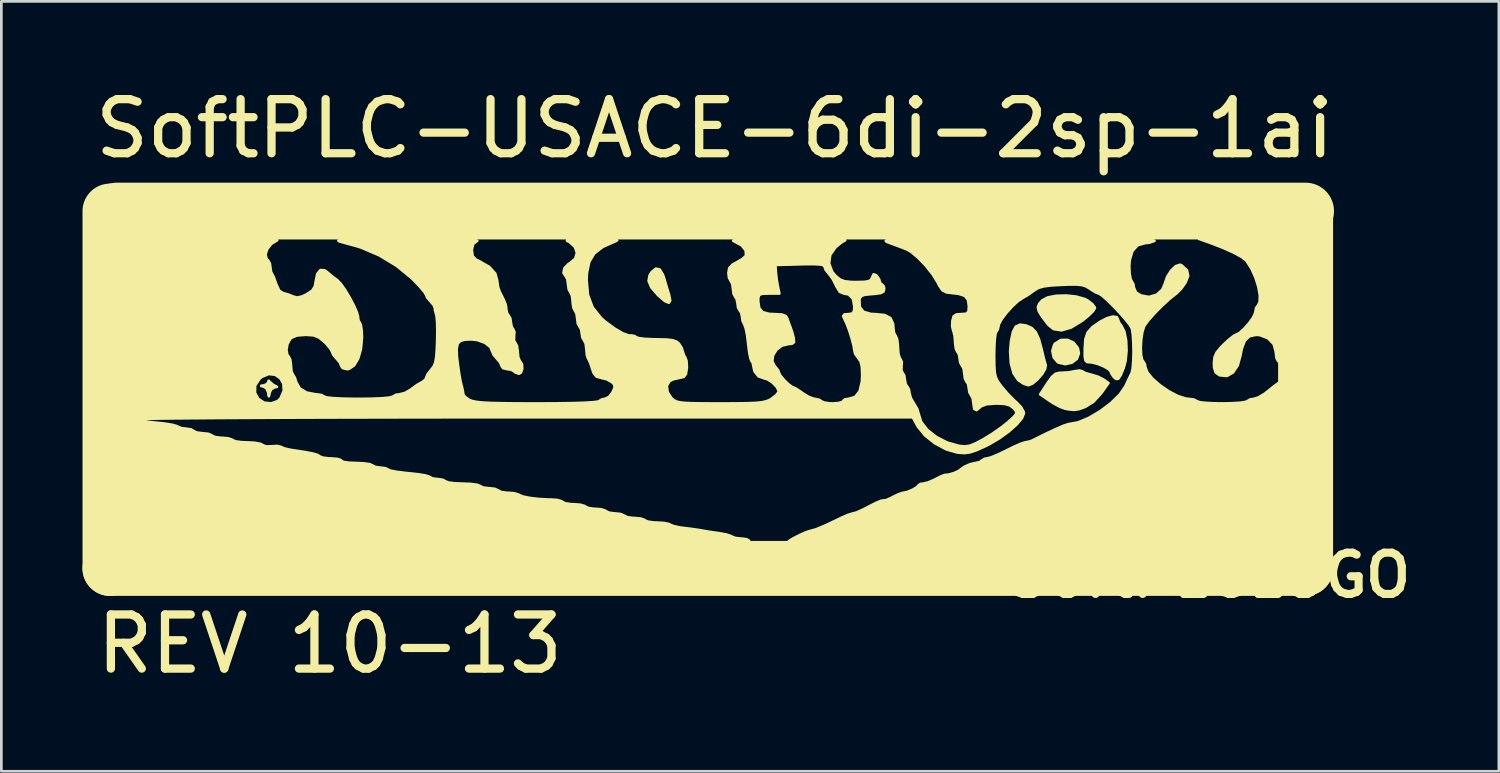
<source format=kicad_pcb>
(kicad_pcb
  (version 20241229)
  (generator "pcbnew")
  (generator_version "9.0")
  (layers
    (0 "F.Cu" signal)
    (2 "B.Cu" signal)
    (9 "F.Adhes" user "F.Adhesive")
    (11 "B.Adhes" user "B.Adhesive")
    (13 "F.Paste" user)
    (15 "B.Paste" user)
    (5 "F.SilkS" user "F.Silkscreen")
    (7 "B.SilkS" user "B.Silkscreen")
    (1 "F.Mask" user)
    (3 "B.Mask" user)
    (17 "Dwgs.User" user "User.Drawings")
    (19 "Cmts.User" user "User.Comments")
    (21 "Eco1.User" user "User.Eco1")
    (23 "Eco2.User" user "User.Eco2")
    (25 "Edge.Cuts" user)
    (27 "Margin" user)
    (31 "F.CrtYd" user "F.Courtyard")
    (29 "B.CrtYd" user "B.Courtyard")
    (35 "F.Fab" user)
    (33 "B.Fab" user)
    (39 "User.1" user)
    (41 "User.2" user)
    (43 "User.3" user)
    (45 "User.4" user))
  (footprint "SoftPLCLOGO"
    (layer "F.Cu")
    (at 23.114 11.357)
    (property "Reference" "SoftPLCLOGO" (at 18.542 6.858 0) (layer "F.SilkS") (effects (font (size 1.524 1.524) (thickness 0.3))))
    (attr through_hole)
    (fp_line (start -22.098 6.604) (end -22.098 -6.604) (stroke (width 2.032) (type solid)) (layer "F.SilkS"))
    (fp_line (start -21.844 -6.604) (end 22.098 -6.604) (stroke (width 2.1) (type solid)) (layer "F.SilkS"))
    (fp_line (start 22.098 -6.604) (end 22.098 6.35) (stroke (width 2.032) (type solid)) (layer "F.SilkS"))
    (fp_line (start 22.098 6.35) (end 22.098 6.604) (stroke (width 2.032) (type solid)) (layer "F.SilkS"))
    (fp_line (start 22.098 6.604) (end -22.098 6.604) (stroke (width 2.032) (type solid)) (layer "F.SilkS"))
    (fp_poly (pts (xy 13.716 -1.349) (xy 13.643 -1.143) (xy 13.458 -1.002) (xy 13.216 -0.948) (xy 12.967 -1.004) (xy 12.942 -1.017) (xy 12.788 -1.194) (xy 12.738 -1.435) (xy 12.804 -1.662) (xy 12.836 -1.703) (xy 13.053 -1.838) (xy 13.299 -1.842) (xy 13.524 -1.736) (xy 13.677 -1.539) (xy 13.716 -1.349)) (stroke (width 0.1) (type solid)) (fill yes) (layer "F.SilkS"))
    (fp_poly (pts (xy -1.391 -3.297) (xy -1.441 -3.217) (xy -1.583 -3.276) (xy -1.817 -3.476) (xy -1.841 -3.5) (xy -2.086 -3.783) (xy -2.187 -4.019) (xy -2.15 -4.233) (xy -2.083 -4.339) (xy -1.923 -4.475) (xy -1.78 -4.445) (xy -1.658 -4.25) (xy -1.617 -4.128) (xy -1.532 -3.836) (xy -1.45 -3.567) (xy -1.435 -3.517) (xy -1.391 -3.297)) (stroke (width 0.1) (type solid)) (fill yes) (layer "F.SilkS"))
    (fp_poly (pts (xy -15.927 -0.106) (xy -16.016 -0.091) (xy -16.017 -0.091) (xy -16.143 -0.014) (xy -16.196 0.106) (xy -16.225 0.24) (xy -16.238 0.21) (xy -16.244 0.112) (xy -16.314 -0.051) (xy -16.404 -0.111) (xy -16.509 -0.143) (xy -16.448 -0.156) (xy -16.404 -0.16) (xy -16.278 -0.218) (xy -16.255 -0.275) (xy -16.23 -0.331) (xy -16.191 -0.288) (xy -16.06 -0.175) (xy -16.002 -0.146) (xy -15.927 -0.106)) (stroke (width 0.1) (type solid)) (fill yes) (layer "F.SilkS"))
    (fp_poly (pts (xy 14.309 -3.019) (xy 14.245 -2.913) (xy 14.078 -2.747) (xy 13.844 -2.555) (xy 13.84 -2.552) (xy 13.43 -2.301) (xy 13.076 -2.198) (xy 12.784 -2.243) (xy 12.594 -2.396) (xy 12.363 -2.695) (xy 12.236 -2.901) (xy 12.202 -3.051) (xy 12.252 -3.178) (xy 12.361 -3.302) (xy 12.567 -3.411) (xy 12.881 -3.471) (xy 13.249 -3.482) (xy 13.617 -3.443) (xy 13.931 -3.355) (xy 14.034 -3.303) (xy 14.212 -3.166) (xy 14.305 -3.04) (xy 14.309 -3.019)) (stroke (width 0.1) (type solid)) (fill yes) (layer "F.SilkS"))
    (fp_poly (pts (xy 12.491 -0.913) (xy 12.469 -0.768) (xy 12.351 -0.574) (xy 12.179 -0.376) (xy 11.996 -0.226) (xy 11.849 -0.169) (xy 11.68 -0.223) (xy 11.484 -0.351) (xy 11.474 -0.36) (xy 11.306 -0.607) (xy 11.205 -0.975) (xy 11.178 -1.427) (xy 11.211 -1.801) (xy 11.283 -2.142) (xy 11.387 -2.336) (xy 11.545 -2.404) (xy 11.769 -2.372) (xy 11.972 -2.283) (xy 12.121 -2.127) (xy 12.239 -1.87) (xy 12.344 -1.48) (xy 12.355 -1.433) (xy 12.417 -1.17) (xy 12.474 -0.964) (xy 12.491 -0.913)) (stroke (width 0.1) (type solid)) (fill yes) (layer "F.SilkS"))
    (fp_poly (pts (xy 14.81 -0.249) (xy 14.546 0.126) (xy 14.255 0.444) (xy 13.955 0.631) (xy 13.721 0.716) (xy 13.545 0.744) (xy 13.332 0.722) (xy 13.211 0.7) (xy 13.019 0.629) (xy 12.768 0.494) (xy 12.646 0.415) (xy 12.289 0.17) (xy 12.55 -0.233) (xy 12.717 -0.469) (xy 12.853 -0.588) (xy 13.004 -0.626) (xy 13.073 -0.626) (xy 13.349 -0.642) (xy 13.567 -0.684) (xy 13.747 -0.71) (xy 13.841 -0.681) (xy 13.946 -0.619) (xy 14.144 -0.563) (xy 14.162 -0.56) (xy 14.42 -0.482) (xy 14.626 -0.378) (xy 14.81 -0.249)) (stroke (width 0.1) (type solid)) (fill yes) (layer "F.SilkS"))
    (fp_poly (pts (xy 15.478 -1.442) (xy 15.442 -1.069) (xy 15.372 -0.806) (xy 15.26 -0.536) (xy 15.173 -0.408) (xy 15.089 -0.401) (xy 15.007 -0.471) (xy 14.916 -0.608) (xy 14.901 -0.664) (xy 14.829 -0.755) (xy 14.65 -0.86) (xy 14.421 -0.954) (xy 14.202 -1.01) (xy 14.127 -1.016) (xy 14.016 -1.028) (xy 13.958 -1.091) (xy 13.936 -1.245) (xy 13.936 -1.52) (xy 13.96 -1.871) (xy 14.043 -2.116) (xy 14.216 -2.312) (xy 14.496 -2.509) (xy 14.762 -2.646) (xy 14.983 -2.705) (xy 15.124 -2.679) (xy 15.155 -2.61) (xy 15.208 -2.474) (xy 15.29 -2.362) (xy 15.399 -2.145) (xy 15.463 -1.819) (xy 15.478 -1.442)) (stroke (width 0.1) (type solid)) (fill yes) (layer "F.SilkS"))
    (fp_poly (pts (xy 21.167 -3.297) (xy 21.164 -2.528) (xy 21.155 -1.917) (xy 21.14 -1.468) (xy 21.119 -1.182) (xy 21.092 -1.061) (xy 21.082 -1.058) (xy 21.024 -1.171) (xy 20.998 -1.375) (xy 20.997 -1.396) (xy 20.921 -1.684) (xy 20.715 -1.902) (xy 20.414 -2.02) (xy 20.268 -2.032) (xy 20.022 -1.98) (xy 19.849 -1.811) (xy 19.734 -1.506) (xy 19.69 -1.27) (xy 19.587 -0.897) (xy 19.413 -0.638) (xy 19.189 -0.511) (xy 18.932 -0.534) (xy 18.902 -0.546) (xy 18.773 -0.643) (xy 18.718 -0.814) (xy 18.711 -0.976) (xy 18.731 -1.196) (xy 18.809 -1.376) (xy 18.977 -1.578) (xy 19.074 -1.676) (xy 19.281 -1.866) (xy 19.447 -1.995) (xy 19.523 -2.032) (xy 19.653 -2.096) (xy 19.83 -2.256) (xy 20.013 -2.465) (xy 20.162 -2.675) (xy 20.234 -2.837) (xy 20.235 -2.856) (xy 20.271 -3.025) (xy 20.32 -3.09) (xy 20.4 -3.232) (xy 20.408 -3.481) (xy 20.354 -3.799) (xy 20.246 -4.145) (xy 20.096 -4.48) (xy 19.913 -4.764) (xy 19.899 -4.781) (xy 19.731 -4.912) (xy 19.43 -5.075) (xy 19.028 -5.254) (xy 18.584 -5.425) (xy 18.161 -5.576) (xy 19.664 -5.582) (xy 21.167 -5.588) (xy 21.167 -3.297)) (stroke (width 0.1) (type solid)) (fill yes) (layer "F.SilkS"))
    (fp_poly (pts (xy 21.167 5.673) (xy 12.065 5.673) (xy 10.839 5.672) (xy 9.662 5.671) (xy 8.544 5.669) (xy 7.496 5.667) (xy 6.53 5.664) (xy 5.656 5.661) (xy 4.886 5.657) (xy 4.229 5.653) (xy 3.698 5.648) (xy 3.302 5.643) (xy 3.054 5.638) (xy 2.964 5.632) (xy 2.963 5.632) (xy 3.033 5.57) (xy 3.205 5.47) (xy 3.425 5.36) (xy 3.639 5.266) (xy 3.793 5.216) (xy 3.81 5.214) (xy 3.998 5.162) (xy 4.326 5.026) (xy 4.787 4.808) (xy 4.94 4.733) (xy 5.168 4.633) (xy 5.345 4.576) (xy 5.379 4.572) (xy 5.509 4.533) (xy 5.733 4.433) (xy 5.97 4.31) (xy 6.221 4.182) (xy 6.41 4.104) (xy 6.491 4.092) (xy 6.586 4.083) (xy 6.766 4.006) (xy 6.826 3.973) (xy 7.04 3.868) (xy 7.202 3.812) (xy 7.225 3.81) (xy 7.383 3.776) (xy 7.574 3.696) (xy 7.732 3.602) (xy 7.789 3.535) (xy 7.86 3.483) (xy 7.956 3.471) (xy 8.136 3.431) (xy 8.37 3.331) (xy 8.423 3.303) (xy 8.627 3.2) (xy 8.765 3.15) (xy 8.786 3.15) (xy 8.916 3.136) (xy 9.108 3.078) (xy 9.271 3.005) (xy 9.313 2.973) (xy 9.472 2.854) (xy 9.701 2.752) (xy 9.9 2.709) (xy 10.062 2.671) (xy 10.118 2.625) (xy 10.238 2.552) (xy 10.322 2.54) (xy 10.469 2.502) (xy 10.713 2.403) (xy 11.006 2.263) (xy 11.043 2.244) (xy 11.334 2.1) (xy 11.576 1.995) (xy 11.723 1.948) (xy 11.734 1.947) (xy 11.912 1.91) (xy 12.003 1.872) (xy 12.465 1.642) (xy 12.855 1.459) (xy 13.149 1.332) (xy 13.325 1.273) (xy 13.349 1.27) (xy 13.691 1.207) (xy 14.092 1.038) (xy 14.509 0.791) (xy 14.901 0.496) (xy 15.224 0.181) (xy 15.435 -0.125) (xy 15.448 -0.152) (xy 15.558 -0.392) (xy 15.653 -0.586) (xy 15.667 -0.613) (xy 15.705 -0.769) (xy 15.728 -1.042) (xy 15.738 -1.38) (xy 15.732 -1.731) (xy 15.713 -2.042) (xy 15.678 -2.262) (xy 15.676 -2.268) (xy 15.599 -2.4) (xy 15.436 -2.606) (xy 15.22 -2.851) (xy 14.982 -3.102) (xy 14.754 -3.325) (xy 14.569 -3.488) (xy 14.457 -3.556) (xy 14.453 -3.556) (xy 14.339 -3.601) (xy 14.158 -3.712) (xy 14.126 -3.735) (xy 13.987 -3.82) (xy 13.836 -3.87) (xy 13.629 -3.891) (xy 13.322 -3.889) (xy 13.076 -3.879) (xy 12.676 -3.856) (xy 12.404 -3.82) (xy 12.215 -3.763) (xy 12.069 -3.676) (xy 12.045 -3.657) (xy 11.833 -3.506) (xy 11.645 -3.398) (xy 11.64 -3.395) (xy 11.463 -3.277) (xy 11.248 -3.077) (xy 11.035 -2.84) (xy 10.86 -2.608) (xy 10.762 -2.426) (xy 10.753 -2.378) (xy 10.714 -2.215) (xy 10.668 -2.159) (xy 10.631 -2.056) (xy 10.603 -1.822) (xy 10.588 -1.494) (xy 10.585 -1.286) (xy 10.589 -0.903) (xy 10.605 -0.643) (xy 10.644 -0.461) (xy 10.717 -0.311) (xy 10.835 -0.147) (xy 10.861 -0.113) (xy 11.082 0.146) (xy 11.322 0.389) (xy 11.409 0.466) (xy 11.582 0.648) (xy 11.678 0.825) (xy 11.684 0.868) (xy 11.613 1.05) (xy 11.419 1.281) (xy 11.133 1.536) (xy 10.784 1.79) (xy 10.4 2.016) (xy 10.264 2.084) (xy 9.932 2.233) (xy 9.691 2.314) (xy 9.483 2.34) (xy 9.25 2.323) (xy 9.225 2.32) (xy 8.816 2.203) (xy 8.398 1.979) (xy 8.029 1.687) (xy 7.766 1.364) (xy 7.747 1.331) (xy 7.578 1.016) (xy 5.709 1.016) (xy 5.709 -0.516) (xy 5.697 -0.845) (xy 5.648 -1.051) (xy 5.567 -1.162) (xy 5.448 -1.331) (xy 5.419 -1.449) (xy 5.39 -1.633) (xy 5.318 -1.908) (xy 5.223 -2.206) (xy 5.125 -2.462) (xy 5.077 -2.56) (xy 5.005 -2.72) (xy 5.053 -2.784) (xy 5.207 -2.794) (xy 5.353 -2.818) (xy 5.411 -2.924) (xy 5.419 -3.073) (xy 5.366 -3.365) (xy 5.209 -3.524) (xy 5.037 -3.556) (xy 4.878 -3.621) (xy 4.75 -3.83) (xy 4.741 -3.854) (xy 4.621 -4.093) (xy 4.485 -4.277) (xy 4.471 -4.291) (xy 4.351 -4.443) (xy 4.318 -4.546) (xy 4.286 -4.598) (xy 4.172 -4.63) (xy 3.951 -4.644) (xy 3.597 -4.643) (xy 3.408 -4.638) (xy 2.498 -4.614) (xy 2.514 -4.36) (xy 2.544 -4.084) (xy 2.587 -3.831) (xy 2.644 -3.556) (xy 2.253 -3.556) (xy 2.015 -3.55) (xy 1.901 -3.509) (xy 1.865 -3.402) (xy 1.863 -3.277) (xy 1.898 -3.021) (xy 2.021 -2.87) (xy 2.262 -2.803) (xy 2.475 -2.794) (xy 2.742 -2.778) (xy 2.884 -2.722) (xy 2.931 -2.646) (xy 3.005 -2.44) (xy 3.049 -2.328) (xy 3.122 -2.113) (xy 3.17 -1.926) (xy 3.187 -1.759) (xy 3.109 -1.7) (xy 2.992 -1.693) (xy 2.739 -1.632) (xy 2.537 -1.477) (xy 2.41 -1.269) (xy 2.383 -1.05) (xy 2.481 -0.862) (xy 2.498 -0.847) (xy 2.605 -0.711) (xy 2.625 -0.64) (xy 2.682 -0.524) (xy 2.82 -0.359) (xy 2.985 -0.198) (xy 3.125 -0.097) (xy 3.164 -0.085) (xy 3.266 -0.038) (xy 3.443 0.08) (xy 3.506 0.127) (xy 3.726 0.263) (xy 3.924 0.335) (xy 3.961 0.339) (xy 4.129 0.375) (xy 4.191 0.423) (xy 4.301 0.475) (xy 4.515 0.505) (xy 4.619 0.508) (xy 4.845 0.491) (xy 4.979 0.448) (xy 4.995 0.423) (xy 5.067 0.358) (xy 5.194 0.339) (xy 5.446 0.268) (xy 5.614 0.053) (xy 5.698 -0.307) (xy 5.709 -0.516) (xy 5.709 1.016) (xy -6.752 1.016) (xy -8.299 1.017) (xy -9.8 1.018) (xy -11.244 1.02) (xy -12.625 1.023) (xy -13.932 1.026) (xy -15.158 1.03) (xy -15.674 1.032) (xy -15.674 0.04) (xy -15.685 -0.218) (xy -15.802 -0.426) (xy -15.993 -0.556) (xy -16.231 -0.582) (xy -16.486 -0.476) (xy -16.568 -0.409) (xy -16.734 -0.157) (xy -16.74 0.116) (xy -16.618 0.338) (xy -16.402 0.479) (xy -16.14 0.506) (xy -15.899 0.421) (xy -15.795 0.32) (xy -15.674 0.04) (xy -15.674 1.032) (xy -16.293 1.035) (xy -17.329 1.04) (xy -18.258 1.045) (xy -19.07 1.052) (xy -19.757 1.058) (xy -20.31 1.065) (xy -20.721 1.072) (xy -20.981 1.08) (xy -21.081 1.088) (xy -21.082 1.088) (xy -21.004 1.128) (xy -20.796 1.171) (xy -20.499 1.209) (xy -20.384 1.219) (xy -20.051 1.255) (xy -19.783 1.3) (xy -19.624 1.346) (xy -19.605 1.358) (xy -19.466 1.419) (xy -19.292 1.439) (xy -19.103 1.467) (xy -19.008 1.524) (xy -18.895 1.582) (xy -18.69 1.608) (xy -18.669 1.609) (xy -18.46 1.631) (xy -18.335 1.687) (xy -18.33 1.693) (xy -18.219 1.748) (xy -18.009 1.777) (xy -17.949 1.778) (xy -17.726 1.798) (xy -17.583 1.847) (xy -17.568 1.863) (xy -17.462 1.908) (xy -17.239 1.939) (xy -17.018 1.947) (xy -16.741 1.962) (xy -16.536 2.001) (xy -16.462 2.041) (xy -16.342 2.096) (xy -16.129 2.091) (xy -16.128 2.091) (xy -15.918 2.079) (xy -15.783 2.112) (xy -15.779 2.115) (xy -15.654 2.17) (xy -15.434 2.221) (xy -15.367 2.232) (xy -14.914 2.3) (xy -14.608 2.358) (xy -14.426 2.41) (xy -14.346 2.463) (xy -14.345 2.465) (xy -14.239 2.51) (xy -14.027 2.537) (xy -13.923 2.54) (xy -13.697 2.557) (xy -13.563 2.6) (xy -13.547 2.625) (xy -13.469 2.669) (xy -13.263 2.699) (xy -13.001 2.709) (xy -12.712 2.722) (xy -12.496 2.753) (xy -12.404 2.794) (xy -12.289 2.855) (xy -12.107 2.879) (xy -11.916 2.902) (xy -11.817 2.953) (xy -11.717 2.994) (xy -11.49 3.037) (xy -11.179 3.076) (xy -11.051 3.088) (xy -10.718 3.124) (xy -10.454 3.167) (xy -10.302 3.21) (xy -10.282 3.225) (xy -10.171 3.281) (xy -9.991 3.302) (xy -9.797 3.329) (xy -9.694 3.387) (xy -9.589 3.429) (xy -9.363 3.459) (xy -9.065 3.471) (xy -9.059 3.471) (xy -8.76 3.483) (xy -8.533 3.513) (xy -8.425 3.555) (xy -8.424 3.556) (xy -8.312 3.614) (xy -8.107 3.64) (xy -8.086 3.641) (xy -7.877 3.663) (xy -7.752 3.719) (xy -7.747 3.725) (xy -7.635 3.781) (xy -7.427 3.809) (xy -7.378 3.81) (xy -7.149 3.829) (xy -6.995 3.876) (xy -6.981 3.886) (xy -6.837 3.948) (xy -6.572 4.002) (xy -6.234 4.041) (xy -5.871 4.059) (xy -5.786 4.059) (xy -5.553 4.077) (xy -5.4 4.125) (xy -5.379 4.145) (xy -5.267 4.199) (xy -5.052 4.23) (xy -4.953 4.233) (xy -4.715 4.251) (xy -4.556 4.296) (xy -4.53 4.318) (xy -4.418 4.372) (xy -4.208 4.401) (xy -4.149 4.403) (xy -3.925 4.423) (xy -3.782 4.472) (xy -3.768 4.487) (xy -3.655 4.545) (xy -3.45 4.572) (xy -3.429 4.572) (xy -3.22 4.595) (xy -3.095 4.65) (xy -3.09 4.657) (xy -2.979 4.711) (xy -2.769 4.74) (xy -2.709 4.741) (xy -2.486 4.761) (xy -2.343 4.811) (xy -2.328 4.826) (xy -2.219 4.876) (xy -2.003 4.906) (xy -1.875 4.911) (xy -1.62 4.926) (xy -1.436 4.964) (xy -1.393 4.988) (xy -1.267 5.041) (xy -1.036 5.09) (xy -0.889 5.11) (xy -0.581 5.148) (xy -0.299 5.19) (xy -0.212 5.206) (xy 0.037 5.249) (xy 0.343 5.293) (xy 0.423 5.304) (xy 0.672 5.348) (xy 0.849 5.405) (xy 0.885 5.427) (xy 1.019 5.48) (xy 1.235 5.503) (xy 1.245 5.503) (xy 1.434 5.526) (xy 1.523 5.581) (xy 1.524 5.588) (xy 1.439 5.602) (xy 1.186 5.614) (xy 0.765 5.626) (xy 0.176 5.636) (xy -0.579 5.645) (xy -1.501 5.653) (xy -2.588 5.659) (xy -3.84 5.664) (xy -5.256 5.668) (xy -6.836 5.671) (xy -8.578 5.672) (xy -9.821 5.673) (xy -21.167 5.673) (xy -21.167 0.042) (xy -21.167 -5.588) (xy -18.479 -5.581) (xy -17.83 -5.578) (xy -17.246 -5.573) (xy -16.745 -5.565) (xy -16.345 -5.556) (xy -16.066 -5.546) (xy -15.927 -5.535) (xy -15.917 -5.528) (xy -16.133 -5.395) (xy -16.285 -5.204) (xy -16.351 -5.002) (xy -16.311 -4.833) (xy -16.256 -4.784) (xy -16.189 -4.666) (xy -16.171 -4.539) (xy -16.146 -4.36) (xy -16.108 -4.283) (xy -16.045 -4.165) (xy -15.971 -3.957) (xy -15.957 -3.91) (xy -15.842 -3.661) (xy -15.703 -3.573) (xy -15.493 -3.514) (xy -15.345 -3.452) (xy -15.183 -3.406) (xy -14.998 -3.447) (xy -14.837 -3.524) (xy -14.624 -3.661) (xy -14.525 -3.817) (xy -14.494 -3.998) (xy -14.434 -4.283) (xy -14.318 -4.424) (xy -14.16 -4.412) (xy -14.068 -4.345) (xy -13.866 -4.175) (xy -13.696 -4.049) (xy -13.565 -3.914) (xy -13.403 -3.683) (xy -13.235 -3.401) (xy -13.083 -3.111) (xy -12.972 -2.858) (xy -12.926 -2.685) (xy -12.929 -2.654) (xy -12.902 -2.525) (xy -12.874 -2.5) (xy -12.826 -2.392) (xy -12.794 -2.168) (xy -12.785 -1.939) (xy -12.822 -1.51) (xy -12.924 -1.153) (xy -13.078 -0.897) (xy -13.27 -0.77) (xy -13.337 -0.762) (xy -13.498 -0.802) (xy -13.547 -0.876) (xy -13.605 -1.014) (xy -13.716 -1.143) (xy -13.843 -1.291) (xy -13.885 -1.394) (xy -13.942 -1.507) (xy -14.084 -1.68) (xy -14.165 -1.761) (xy -14.368 -1.931) (xy -14.567 -2.011) (xy -14.844 -2.032) (xy -14.871 -2.032) (xy -15.192 -2.006) (xy -15.393 -1.92) (xy -15.439 -1.877) (xy -15.539 -1.691) (xy -15.577 -1.47) (xy -15.544 -1.287) (xy -15.494 -1.228) (xy -15.436 -1.115) (xy -15.41 -0.91) (xy -15.409 -0.889) (xy -15.39 -0.682) (xy -15.341 -0.562) (xy -15.336 -0.557) (xy -15.266 -0.448) (xy -15.213 -0.277) (xy -15.086 -0.052) (xy -14.835 0.104) (xy -14.499 0.169) (xy -14.466 0.169) (xy -14.277 0.197) (xy -14.182 0.254) (xy -14.079 0.287) (xy -13.83 0.313) (xy -13.46 0.331) (xy -12.993 0.339) (xy -12.912 0.339) (xy -12.431 0.333) (xy -12.044 0.317) (xy -11.775 0.292) (xy -11.647 0.26) (xy -11.642 0.254) (xy -11.525 0.188) (xy -11.389 0.169) (xy -11.189 0.117) (xy -10.969 -0.012) (xy -10.95 -0.028) (xy -10.747 -0.176) (xy -10.575 -0.274) (xy -10.562 -0.279) (xy -10.437 -0.373) (xy -10.414 -0.436) (xy -10.36 -0.565) (xy -10.23 -0.735) (xy -10.223 -0.742) (xy -10.134 -0.857) (xy -10.074 -1) (xy -10.037 -1.21) (xy -10.014 -1.525) (xy -10.004 -1.787) (xy -9.997 -2.162) (xy -10.004 -2.484) (xy -10.023 -2.707) (xy -10.038 -2.776) (xy -10.086 -2.946) (xy -10.088 -3.013) (xy -10.134 -3.133) (xy -10.244 -3.259) (xy -10.371 -3.406) (xy -10.414 -3.508) (xy -10.471 -3.607) (xy -10.623 -3.789) (xy -10.842 -4.021) (xy -10.943 -4.122) (xy -11.497 -4.578) (xy -12.144 -4.97) (xy -12.813 -5.256) (xy -12.996 -5.313) (xy -13.302 -5.397) (xy -13.601 -5.48) (xy -13.631 -5.489) (xy -13.658 -5.513) (xy -13.546 -5.533) (xy -13.289 -5.548) (xy -12.881 -5.56) (xy -12.318 -5.568) (xy -11.593 -5.573) (xy -11.134 -5.574) (xy -10.354 -5.573) (xy -9.701 -5.567) (xy -9.183 -5.557) (xy -8.808 -5.544) (xy -8.585 -5.527) (xy -8.521 -5.506) (xy -8.53 -5.501) (xy -8.673 -5.392) (xy -8.72 -5.188) (xy -8.721 -5.146) (xy -8.693 -4.94) (xy -8.576 -4.815) (xy -8.445 -4.75) (xy -8.078 -4.54) (xy -7.855 -4.292) (xy -7.789 -4.048) (xy -7.754 -3.795) (xy -7.691 -3.618) (xy -7.555 -3.347) (xy -7.482 -3.174) (xy -7.454 -3.047) (xy -7.451 -2.969) (xy -7.412 -2.807) (xy -7.366 -2.752) (xy -7.3 -2.635) (xy -7.281 -2.498) (xy -7.249 -2.32) (xy -7.196 -2.243) (xy -7.149 -2.131) (xy -7.161 -1.994) (xy -7.166 -1.821) (xy -7.119 -1.74) (xy -7.056 -1.624) (xy -7.028 -1.418) (xy -7.027 -1.397) (xy -7.005 -1.188) (xy -6.949 -1.063) (xy -6.943 -1.058) (xy -6.87 -0.942) (xy -6.861 -0.774) (xy -6.909 -0.634) (xy -6.98 -0.593) (xy -7.124 -0.644) (xy -7.154 -0.677) (xy -7.271 -0.743) (xy -7.413 -0.762) (xy -7.572 -0.802) (xy -7.62 -0.876) (xy -7.678 -1.014) (xy -7.789 -1.143) (xy -7.916 -1.292) (xy -7.959 -1.395) (xy -8.036 -1.579) (xy -8.236 -1.736) (xy -8.515 -1.838) (xy -8.737 -1.863) (xy -8.98 -1.853) (xy -9.147 -1.807) (xy -9.247 -1.702) (xy -9.286 -1.513) (xy -9.275 -1.217) (xy -9.22 -0.788) (xy -9.184 -0.55) (xy -9.139 -0.301) (xy -9.092 -0.111) (xy -9.083 -0.085) (xy -9.047 0.091) (xy -9.049 0.145) (xy -8.992 0.249) (xy -8.833 0.366) (xy -8.812 0.377) (xy -8.708 0.418) (xy -8.556 0.45) (xy -8.339 0.473) (xy -8.034 0.49) (xy -7.623 0.5) (xy -7.085 0.506) (xy -6.4 0.508) (xy -6.317 0.508) (xy -5.596 0.505) (xy -4.998 0.496) (xy -4.532 0.481) (xy -4.211 0.46) (xy -4.043 0.435) (xy -4.022 0.423) (xy -3.902 0.352) (xy -3.807 0.339) (xy -3.652 0.266) (xy -3.519 0.095) (xy -3.442 -0.084) (xy -3.458 -0.193) (xy -3.538 -0.279) (xy -3.729 -0.385) (xy -3.935 -0.437) (xy -4.115 -0.487) (xy -4.22 -0.619) (xy -4.273 -0.776) (xy -4.346 -0.995) (xy -4.413 -1.137) (xy -4.424 -1.15) (xy -4.468 -1.272) (xy -4.487 -1.48) (xy -4.487 -1.491) (xy -4.511 -1.697) (xy -4.568 -1.817) (xy -4.572 -1.82) (xy -4.638 -1.937) (xy -4.657 -2.074) (xy -4.689 -2.252) (xy -4.741 -2.328) (xy -4.803 -2.443) (xy -4.826 -2.625) (xy -4.853 -2.818) (xy -4.911 -2.921) (xy -4.968 -3.034) (xy -4.995 -3.238) (xy -4.995 -3.26) (xy -5.018 -3.469) (xy -5.074 -3.594) (xy -5.08 -3.598) (xy -5.141 -3.713) (xy -5.165 -3.895) (xy -5.191 -4.088) (xy -5.249 -4.191) (xy -5.335 -4.323) (xy -5.297 -4.493) (xy -5.154 -4.645) (xy -5.101 -4.674) (xy -4.9 -4.842) (xy -4.837 -5.057) (xy -4.909 -5.277) (xy -5.109 -5.461) (xy -5.204 -5.507) (xy -5.198 -5.535) (xy -5.038 -5.557) (xy -4.742 -5.571) (xy -4.326 -5.576) (xy -4.276 -5.576) (xy -3.832 -5.573) (xy -3.541 -5.565) (xy -3.386 -5.549) (xy -3.351 -5.523) (xy -3.418 -5.487) (xy -3.429 -5.483) (xy -3.885 -5.28) (xy -4.196 -5.04) (xy -4.382 -4.731) (xy -4.468 -4.323) (xy -4.481 -4.059) (xy -4.431 -3.503) (xy -4.258 -3.045) (xy -3.947 -2.653) (xy -3.79 -2.515) (xy -3.448 -2.263) (xy -3.148 -2.087) (xy -2.918 -2.003) (xy -2.823 -2.006) (xy -2.695 -1.98) (xy -2.67 -1.952) (xy -2.563 -1.909) (xy -2.325 -1.878) (xy -1.997 -1.863) (xy -1.913 -1.863) (xy -1.545 -1.856) (xy -1.306 -1.83) (xy -1.157 -1.778) (xy -1.071 -1.708) (xy -0.962 -1.539) (xy -0.931 -1.428) (xy -0.875 -1.257) (xy -0.841 -1.213) (xy -0.789 -1.076) (xy -0.774 -0.851) (xy -0.777 -0.794) (xy -0.81 -0.578) (xy -0.887 -0.477) (xy -1.052 -0.438) (xy -1.058 -0.437) (xy -1.277 -0.388) (xy -1.418 -0.321) (xy -1.516 -0.143) (xy -1.489 0.085) (xy -1.345 0.307) (xy -1.328 0.324) (xy -1.252 0.388) (xy -1.162 0.435) (xy -1.034 0.468) (xy -0.842 0.489) (xy -0.561 0.501) (xy -0.166 0.506) (xy 0.37 0.508) (xy 0.471 0.508) (xy 1.039 0.506) (xy 1.465 0.5) (xy 1.774 0.487) (xy 1.994 0.465) (xy 2.151 0.431) (xy 2.272 0.383) (xy 2.349 0.34) (xy 2.528 0.203) (xy 2.621 0.079) (xy 2.625 0.058) (xy 2.558 -0.095) (xy 2.399 -0.262) (xy 2.209 -0.388) (xy 2.084 -0.423) (xy 1.874 -0.498) (xy 1.727 -0.681) (xy 1.693 -0.836) (xy 1.662 -0.996) (xy 1.621 -1.051) (xy 1.578 -1.151) (xy 1.533 -1.375) (xy 1.495 -1.675) (xy 1.492 -1.71) (xy 1.453 -2.023) (xy 1.404 -2.27) (xy 1.356 -2.402) (xy 1.352 -2.407) (xy 1.286 -2.552) (xy 1.27 -2.679) (xy 1.236 -2.851) (xy 1.185 -2.921) (xy 1.119 -3.038) (xy 1.101 -3.175) (xy 1.069 -3.352) (xy 1.016 -3.429) (xy 0.955 -3.544) (xy 0.931 -3.725) (xy 0.905 -3.919) (xy 0.847 -4.022) (xy 0.785 -4.136) (xy 0.762 -4.319) (xy 0.795 -4.502) (xy 0.923 -4.632) (xy 1.066 -4.708) (xy 1.271 -4.827) (xy 1.399 -4.939) (xy 1.412 -4.961) (xy 1.403 -5.151) (xy 1.255 -5.334) (xy 1.002 -5.473) (xy 0.941 -5.504) (xy 0.959 -5.528) (xy 1.069 -5.546) (xy 1.287 -5.559) (xy 1.626 -5.568) (xy 2.101 -5.573) (xy 2.727 -5.575) (xy 2.963 -5.575) (xy 3.552 -5.573) (xy 4.073 -5.568) (xy 4.507 -5.561) (xy 4.833 -5.552) (xy 5.031 -5.541) (xy 5.081 -5.529) (xy 5.08 -5.528) (xy 4.936 -5.442) (xy 4.748 -5.291) (xy 4.72 -5.265) (xy 4.524 -4.983) (xy 4.483 -4.669) (xy 4.597 -4.36) (xy 4.725 -4.207) (xy 4.883 -4.078) (xy 5.053 -4.009) (xy 5.295 -3.982) (xy 5.495 -3.979) (xy 5.792 -3.986) (xy 5.961 -4.015) (xy 6.043 -4.078) (xy 6.072 -4.15) (xy 6.13 -4.266) (xy 6.227 -4.23) (xy 6.233 -4.225) (xy 6.335 -4.081) (xy 6.35 -4.011) (xy 6.399 -3.905) (xy 6.435 -3.895) (xy 6.504 -3.824) (xy 6.519 -3.73) (xy 6.494 -3.63) (xy 6.39 -3.575) (xy 6.168 -3.545) (xy 6.075 -3.539) (xy 5.81 -3.514) (xy 5.671 -3.466) (xy 5.613 -3.375) (xy 5.604 -3.328) (xy 5.617 -3.053) (xy 5.757 -2.88) (xy 6.032 -2.801) (xy 6.19 -2.794) (xy 6.538 -2.76) (xy 6.751 -2.647) (xy 6.847 -2.441) (xy 6.858 -2.297) (xy 6.884 -2.099) (xy 6.943 -1.99) (xy 6.994 -1.88) (xy 7.024 -1.666) (xy 7.027 -1.566) (xy 7.047 -1.328) (xy 7.095 -1.166) (xy 7.119 -1.139) (xy 7.171 -1.023) (xy 7.161 -0.885) (xy 7.154 -0.714) (xy 7.196 -0.635) (xy 7.263 -0.518) (xy 7.281 -0.381) (xy 7.313 -0.204) (xy 7.366 -0.127) (xy 7.435 -0.009) (xy 7.453 0.111) (xy 7.505 0.31) (xy 7.62 0.508) (xy 7.742 0.712) (xy 7.794 0.889) (xy 7.886 1.188) (xy 8.114 1.482) (xy 8.445 1.745) (xy 8.846 1.952) (xy 9.285 2.076) (xy 9.289 2.077) (xy 9.501 2.097) (xy 9.691 2.069) (xy 9.917 1.976) (xy 10.182 1.835) (xy 10.523 1.625) (xy 10.866 1.384) (xy 11.096 1.2) (xy 11.303 1.012) (xy 11.4 0.895) (xy 11.404 0.808) (xy 11.333 0.711) (xy 11.311 0.687) (xy 11.173 0.578) (xy 10.978 0.523) (xy 10.67 0.508) (xy 10.665 0.508) (xy 10.307 0.533) (xy 10.103 0.609) (xy 10.075 0.635) (xy 9.936 0.751) (xy 9.85 0.708) (xy 9.821 0.513) (xy 9.795 0.317) (xy 9.737 0.212) (xy 9.671 0.095) (xy 9.652 -0.042) (xy 9.62 -0.22) (xy 9.567 -0.296) (xy 9.506 -0.411) (xy 9.483 -0.593) (xy 9.456 -0.786) (xy 9.398 -0.889) (xy 9.332 -1.006) (xy 9.313 -1.143) (xy 9.281 -1.32) (xy 9.229 -1.397) (xy 9.173 -1.509) (xy 9.144 -1.717) (xy 9.143 -1.762) (xy 9.124 -1.998) (xy 9.081 -2.168) (xy 9.073 -2.182) (xy 9.035 -2.339) (xy 9.042 -2.542) (xy 9.089 -2.715) (xy 9.199 -2.784) (xy 9.365 -2.794) (xy 9.56 -2.809) (xy 9.638 -2.887) (xy 9.652 -3.08) (xy 9.619 -3.324) (xy 9.501 -3.472) (xy 9.264 -3.549) (xy 9.058 -3.571) (xy 8.822 -3.601) (xy 8.678 -3.675) (xy 8.562 -3.839) (xy 8.496 -3.969) (xy 8.309 -4.271) (xy 8.055 -4.591) (xy 7.774 -4.883) (xy 7.509 -5.103) (xy 7.366 -5.185) (xy 7.161 -5.266) (xy 6.88 -5.371) (xy 6.731 -5.425) (xy 6.648 -5.456) (xy 6.594 -5.483) (xy 6.58 -5.505) (xy 6.618 -5.524) (xy 6.719 -5.539) (xy 6.895 -5.551) (xy 7.157 -5.56) (xy 7.516 -5.567) (xy 7.985 -5.572) (xy 8.575 -5.575) (xy 9.296 -5.578) (xy 10.161 -5.579) (xy 11.18 -5.58) (xy 11.472 -5.581) (xy 12.648 -5.581) (xy 13.673 -5.578) (xy 14.544 -5.572) (xy 15.26 -5.564) (xy 15.817 -5.553) (xy 16.214 -5.539) (xy 16.446 -5.523) (xy 16.512 -5.505) (xy 16.51 -5.503) (xy 16.328 -5.439) (xy 16.165 -5.42) (xy 15.889 -5.344) (xy 15.696 -5.128) (xy 15.593 -4.784) (xy 15.579 -4.55) (xy 15.593 -4.281) (xy 15.629 -4.085) (xy 15.663 -4.022) (xy 15.731 -3.904) (xy 15.748 -3.783) (xy 15.825 -3.6) (xy 16.005 -3.484) (xy 16.306 -3.429) (xy 16.589 -3.509) (xy 16.804 -3.702) (xy 16.894 -3.918) (xy 16.983 -4.177) (xy 17.128 -4.405) (xy 17.296 -4.566) (xy 17.453 -4.62) (xy 17.508 -4.603) (xy 17.712 -4.418) (xy 17.755 -4.206) (xy 17.657 -3.96) (xy 17.5 -3.739) (xy 17.335 -3.571) (xy 17.32 -3.559) (xy 17.068 -3.359) (xy 16.784 -3.098) (xy 16.508 -2.818) (xy 16.279 -2.559) (xy 16.137 -2.361) (xy 16.129 -2.346) (xy 16.063 -2.136) (xy 16.02 -1.853) (xy 16.004 -1.551) (xy 16.015 -1.283) (xy 16.055 -1.101) (xy 16.087 -1.058) (xy 16.159 -0.939) (xy 16.171 -0.847) (xy 16.244 -0.645) (xy 16.437 -0.409) (xy 16.713 -0.166) (xy 17.035 0.055) (xy 17.365 0.229) (xy 17.666 0.327) (xy 17.785 0.339) (xy 17.977 0.366) (xy 18.076 0.423) (xy 18.18 0.461) (xy 18.409 0.488) (xy 18.719 0.503) (xy 19.066 0.507) (xy 19.405 0.499) (xy 19.693 0.48) (xy 19.885 0.45) (xy 19.939 0.423) (xy 20.057 0.356) (xy 20.183 0.339) (xy 20.354 0.285) (xy 20.582 0.149) (xy 20.72 0.042) (xy 20.922 -0.123) (xy 21.07 -0.23) (xy 21.117 -0.254) (xy 21.128 -0.173) (xy 21.139 0.059) (xy 21.148 0.422) (xy 21.156 0.896) (xy 21.162 1.463) (xy 21.166 2.104) (xy 21.167 2.709) (xy 21.167 5.673)) (stroke (width 0.1) (type solid)) (fill yes) (layer "F.SilkS"))
    (fp_text user "REV 10-13" (at -13.97 9.398 0) (layer "F.SilkS") (effects (font (size 2 2) (thickness 0.305))))
    (fp_text user "SoftPLC-USACE-6di-2sp-1ai" (at 0.254 -9.652 0) (layer "F.SilkS") (effects (font (size 2 2) (thickness 0.305)))))
  (gr_rect
    (start -3 -3)
    (end 52.356 25.46)
    (stroke (width 0.1) (type default))
    (fill no)
    (layer "Edge.Cuts")))
</source>
